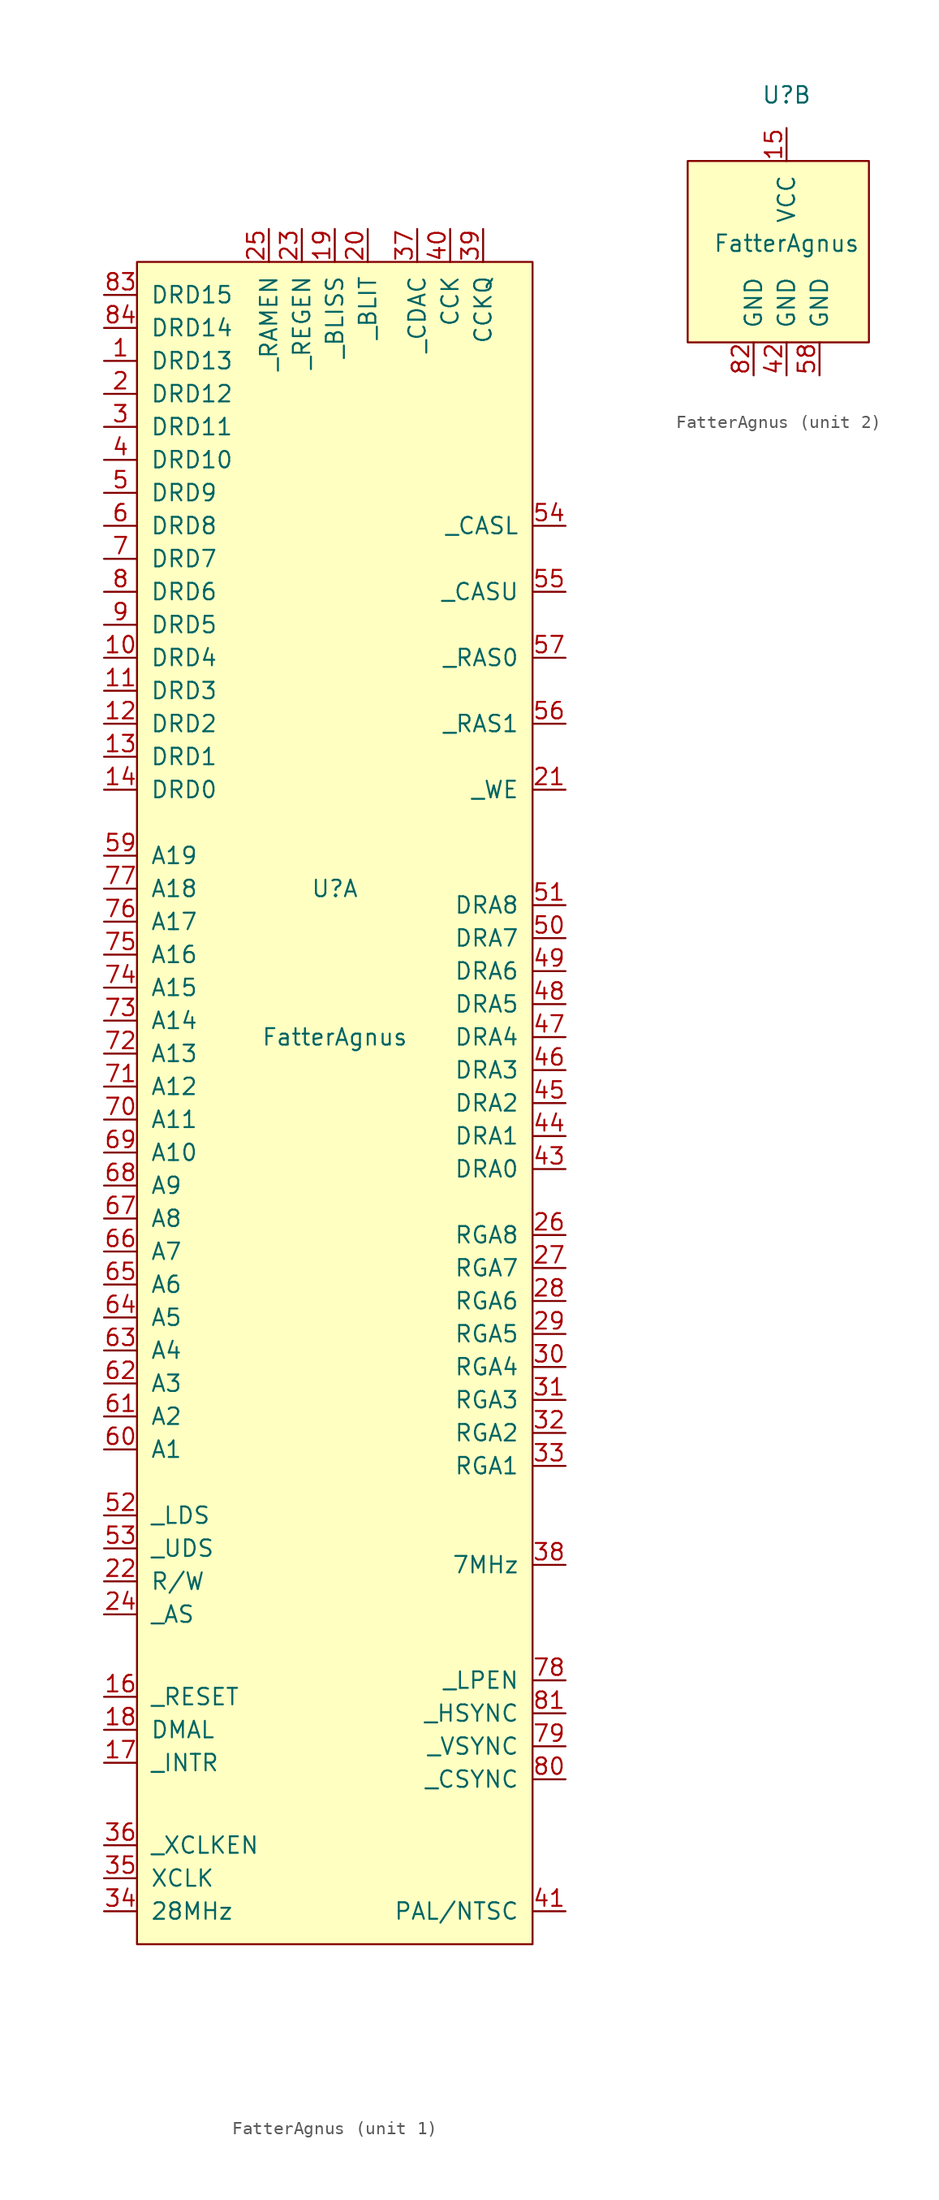
<source format=kicad_sym>
(kicad_symbol_lib
  (version 20220914)
  (generator kicad_symbol_editor)
  (symbol "FatterAgnus"
    (pin_names
      (offset 1.016))
    (property "Reference" "U"
      (at 0 11.43 0)
      (effects (font (size 1.27 1.27))))
    (property "Value" "FatterAgnus"
      (at 0 0 0)
      (effects (font (size 1.27 1.27))))
    (property "ki_locked" ""
      (at 0 0 0)
      (effects (font (size 1.27 1.27))))
    (symbol "FatterAgnus_1_1"
      (rectangle (start -15.24 59.69) (end 15.24 -69.85) (stroke (width 0) (type solid)) (fill (type background)))
      (pin bidirectional line (at -17.78 52.07 0) (length 2.54) (name "DRD13" (effects (font (size 1.27 1.27)))) (number "1" (effects (font (size 1.27 1.27)))))
      (pin bidirectional line (at -17.78 29.21 0) (length 2.54) (name "DRD4" (effects (font (size 1.27 1.27)))) (number "10" (effects (font (size 1.27 1.27)))))
      (pin bidirectional line (at -17.78 26.67 0) (length 2.54) (name "DRD3" (effects (font (size 1.27 1.27)))) (number "11" (effects (font (size 1.27 1.27)))))
      (pin bidirectional line (at -17.78 24.13 0) (length 2.54) (name "DRD2" (effects (font (size 1.27 1.27)))) (number "12" (effects (font (size 1.27 1.27)))))
      (pin bidirectional line (at -17.78 21.59 0) (length 2.54) (name "DRD1" (effects (font (size 1.27 1.27)))) (number "13" (effects (font (size 1.27 1.27)))))
      (pin bidirectional line (at -17.78 19.05 0) (length 2.54) (name "DRD0" (effects (font (size 1.27 1.27)))) (number "14" (effects (font (size 1.27 1.27)))))
      (pin input line (at -17.78 -50.8 0) (length 2.54) (name "_RESET" (effects (font (size 1.27 1.27)))) (number "16" (effects (font (size 1.27 1.27)))))
      (pin output line (at -17.78 -55.88 0) (length 2.54) (name "_INTR" (effects (font (size 1.27 1.27)))) (number "17" (effects (font (size 1.27 1.27)))))
      (pin input line (at -17.78 -53.34 0) (length 2.54) (name "DMAL" (effects (font (size 1.27 1.27)))) (number "18" (effects (font (size 1.27 1.27)))))
      (pin input line (at 0 62.23 270) (length 2.54) (name "_BLISS" (effects (font (size 1.27 1.27)))) (number "19" (effects (font (size 1.27 1.27)))))
      (pin bidirectional line (at -17.78 49.53 0) (length 2.54) (name "DRD12" (effects (font (size 1.27 1.27)))) (number "2" (effects (font (size 1.27 1.27)))))
      (pin output line (at 2.54 62.23 270) (length 2.54) (name "_BLIT" (effects (font (size 1.27 1.27)))) (number "20" (effects (font (size 1.27 1.27)))))
      (pin output line (at 17.78 19.05 180) (length 2.54) (name "_WE" (effects (font (size 1.27 1.27)))) (number "21" (effects (font (size 1.27 1.27)))))
      (pin input line (at -17.78 -41.91 0) (length 2.54) (name "R/W" (effects (font (size 1.27 1.27)))) (number "22" (effects (font (size 1.27 1.27)))))
      (pin input line (at -2.54 62.23 270) (length 2.54) (name "_REGEN" (effects (font (size 1.27 1.27)))) (number "23" (effects (font (size 1.27 1.27)))))
      (pin input line (at -17.78 -44.45 0) (length 2.54) (name "_AS" (effects (font (size 1.27 1.27)))) (number "24" (effects (font (size 1.27 1.27)))))
      (pin input line (at -5.08 62.23 270) (length 2.54) (name "_RAMEN" (effects (font (size 1.27 1.27)))) (number "25" (effects (font (size 1.27 1.27)))))
      (pin output line (at 17.78 -15.24 180) (length 2.54) (name "RGA8" (effects (font (size 1.27 1.27)))) (number "26" (effects (font (size 1.27 1.27)))))
      (pin output line (at 17.78 -17.78 180) (length 2.54) (name "RGA7" (effects (font (size 1.27 1.27)))) (number "27" (effects (font (size 1.27 1.27)))))
      (pin output line (at 17.78 -20.32 180) (length 2.54) (name "RGA6" (effects (font (size 1.27 1.27)))) (number "28" (effects (font (size 1.27 1.27)))))
      (pin output line (at 17.78 -22.86 180) (length 2.54) (name "RGA5" (effects (font (size 1.27 1.27)))) (number "29" (effects (font (size 1.27 1.27)))))
      (pin bidirectional line (at -17.78 46.99 0) (length 2.54) (name "DRD11" (effects (font (size 1.27 1.27)))) (number "3" (effects (font (size 1.27 1.27)))))
      (pin output line (at 17.78 -25.4 180) (length 2.54) (name "RGA4" (effects (font (size 1.27 1.27)))) (number "30" (effects (font (size 1.27 1.27)))))
      (pin output line (at 17.78 -27.94 180) (length 2.54) (name "RGA3" (effects (font (size 1.27 1.27)))) (number "31" (effects (font (size 1.27 1.27)))))
      (pin output line (at 17.78 -30.48 180) (length 2.54) (name "RGA2" (effects (font (size 1.27 1.27)))) (number "32" (effects (font (size 1.27 1.27)))))
      (pin output line (at 17.78 -33.02 180) (length 2.54) (name "RGA1" (effects (font (size 1.27 1.27)))) (number "33" (effects (font (size 1.27 1.27)))))
      (pin output line (at -17.78 -67.31 0) (length 2.54) (name "28MHz" (effects (font (size 1.27 1.27)))) (number "34" (effects (font (size 1.27 1.27)))))
      (pin input line (at -17.78 -64.77 0) (length 2.54) (name "XCLK" (effects (font (size 1.27 1.27)))) (number "35" (effects (font (size 1.27 1.27)))))
      (pin input line (at -17.78 -62.23 0) (length 2.54) (name "_XCLKEN" (effects (font (size 1.27 1.27)))) (number "36" (effects (font (size 1.27 1.27)))))
      (pin output line (at 6.35 62.23 270) (length 2.54) (name "_CDAC" (effects (font (size 1.27 1.27)))) (number "37" (effects (font (size 1.27 1.27)))))
      (pin output line (at 17.78 -40.64 180) (length 2.54) (name "7MHz" (effects (font (size 1.27 1.27)))) (number "38" (effects (font (size 1.27 1.27)))))
      (pin output line (at 11.43 62.23 270) (length 2.54) (name "CCKQ" (effects (font (size 1.27 1.27)))) (number "39" (effects (font (size 1.27 1.27)))))
      (pin bidirectional line (at -17.78 44.45 0) (length 2.54) (name "DRD10" (effects (font (size 1.27 1.27)))) (number "4" (effects (font (size 1.27 1.27)))))
      (pin output line (at 8.89 62.23 270) (length 2.54) (name "CCK" (effects (font (size 1.27 1.27)))) (number "40" (effects (font (size 1.27 1.27)))))
      (pin input line (at 17.78 -67.31 180) (length 2.54) (name "PAL/NTSC" (effects (font (size 1.27 1.27)))) (number "41" (effects (font (size 1.27 1.27)))))
      (pin output line (at 17.78 -10.16 180) (length 2.54) (name "DRA0" (effects (font (size 1.27 1.27)))) (number "43" (effects (font (size 1.27 1.27)))))
      (pin output line (at 17.78 -7.62 180) (length 2.54) (name "DRA1" (effects (font (size 1.27 1.27)))) (number "44" (effects (font (size 1.27 1.27)))))
      (pin output line (at 17.78 -5.08 180) (length 2.54) (name "DRA2" (effects (font (size 1.27 1.27)))) (number "45" (effects (font (size 1.27 1.27)))))
      (pin output line (at 17.78 -2.54 180) (length 2.54) (name "DRA3" (effects (font (size 1.27 1.27)))) (number "46" (effects (font (size 1.27 1.27)))))
      (pin output line (at 17.78 0 180) (length 2.54) (name "DRA4" (effects (font (size 1.27 1.27)))) (number "47" (effects (font (size 1.27 1.27)))))
      (pin output line (at 17.78 2.54 180) (length 2.54) (name "DRA5" (effects (font (size 1.27 1.27)))) (number "48" (effects (font (size 1.27 1.27)))))
      (pin output line (at 17.78 5.08 180) (length 2.54) (name "DRA6" (effects (font (size 1.27 1.27)))) (number "49" (effects (font (size 1.27 1.27)))))
      (pin bidirectional line (at -17.78 41.91 0) (length 2.54) (name "DRD9" (effects (font (size 1.27 1.27)))) (number "5" (effects (font (size 1.27 1.27)))))
      (pin output line (at 17.78 7.62 180) (length 2.54) (name "DRA7" (effects (font (size 1.27 1.27)))) (number "50" (effects (font (size 1.27 1.27)))))
      (pin output line (at 17.78 10.16 180) (length 2.54) (name "DRA8" (effects (font (size 1.27 1.27)))) (number "51" (effects (font (size 1.27 1.27)))))
      (pin input line (at -17.78 -36.83 0) (length 2.54) (name "_LDS" (effects (font (size 1.27 1.27)))) (number "52" (effects (font (size 1.27 1.27)))))
      (pin input line (at -17.78 -39.37 0) (length 2.54) (name "_UDS" (effects (font (size 1.27 1.27)))) (number "53" (effects (font (size 1.27 1.27)))))
      (pin output line (at 17.78 39.37 180) (length 2.54) (name "_CASL" (effects (font (size 1.27 1.27)))) (number "54" (effects (font (size 1.27 1.27)))))
      (pin output line (at 17.78 34.29 180) (length 2.54) (name "_CASU" (effects (font (size 1.27 1.27)))) (number "55" (effects (font (size 1.27 1.27)))))
      (pin output line (at 17.78 24.13 180) (length 2.54) (name "_RAS1" (effects (font (size 1.27 1.27)))) (number "56" (effects (font (size 1.27 1.27)))))
      (pin output line (at 17.78 29.21 180) (length 2.54) (name "_RAS0" (effects (font (size 1.27 1.27)))) (number "57" (effects (font (size 1.27 1.27)))))
      (pin input line (at -17.78 13.97 0) (length 2.54) (name "A19" (effects (font (size 1.27 1.27)))) (number "59" (effects (font (size 1.27 1.27)))))
      (pin bidirectional line (at -17.78 39.37 0) (length 2.54) (name "DRD8" (effects (font (size 1.27 1.27)))) (number "6" (effects (font (size 1.27 1.27)))))
      (pin input line (at -17.78 -31.75 0) (length 2.54) (name "A1" (effects (font (size 1.27 1.27)))) (number "60" (effects (font (size 1.27 1.27)))))
      (pin input line (at -17.78 -29.21 0) (length 2.54) (name "A2" (effects (font (size 1.27 1.27)))) (number "61" (effects (font (size 1.27 1.27)))))
      (pin input line (at -17.78 -26.67 0) (length 2.54) (name "A3" (effects (font (size 1.27 1.27)))) (number "62" (effects (font (size 1.27 1.27)))))
      (pin input line (at -17.78 -24.13 0) (length 2.54) (name "A4" (effects (font (size 1.27 1.27)))) (number "63" (effects (font (size 1.27 1.27)))))
      (pin input line (at -17.78 -21.59 0) (length 2.54) (name "A5" (effects (font (size 1.27 1.27)))) (number "64" (effects (font (size 1.27 1.27)))))
      (pin input line (at -17.78 -19.05 0) (length 2.54) (name "A6" (effects (font (size 1.27 1.27)))) (number "65" (effects (font (size 1.27 1.27)))))
      (pin input line (at -17.78 -16.51 0) (length 2.54) (name "A7" (effects (font (size 1.27 1.27)))) (number "66" (effects (font (size 1.27 1.27)))))
      (pin input line (at -17.78 -13.97 0) (length 2.54) (name "A8" (effects (font (size 1.27 1.27)))) (number "67" (effects (font (size 1.27 1.27)))))
      (pin input line (at -17.78 -11.43 0) (length 2.54) (name "A9" (effects (font (size 1.27 1.27)))) (number "68" (effects (font (size 1.27 1.27)))))
      (pin input line (at -17.78 -8.89 0) (length 2.54) (name "A10" (effects (font (size 1.27 1.27)))) (number "69" (effects (font (size 1.27 1.27)))))
      (pin bidirectional line (at -17.78 36.83 0) (length 2.54) (name "DRD7" (effects (font (size 1.27 1.27)))) (number "7" (effects (font (size 1.27 1.27)))))
      (pin input line (at -17.78 -6.35 0) (length 2.54) (name "A11" (effects (font (size 1.27 1.27)))) (number "70" (effects (font (size 1.27 1.27)))))
      (pin input line (at -17.78 -3.81 0) (length 2.54) (name "A12" (effects (font (size 1.27 1.27)))) (number "71" (effects (font (size 1.27 1.27)))))
      (pin input line (at -17.78 -1.27 0) (length 2.54) (name "A13" (effects (font (size 1.27 1.27)))) (number "72" (effects (font (size 1.27 1.27)))))
      (pin input line (at -17.78 1.27 0) (length 2.54) (name "A14" (effects (font (size 1.27 1.27)))) (number "73" (effects (font (size 1.27 1.27)))))
      (pin input line (at -17.78 3.81 0) (length 2.54) (name "A15" (effects (font (size 1.27 1.27)))) (number "74" (effects (font (size 1.27 1.27)))))
      (pin input line (at -17.78 6.35 0) (length 2.54) (name "A16" (effects (font (size 1.27 1.27)))) (number "75" (effects (font (size 1.27 1.27)))))
      (pin input line (at -17.78 8.89 0) (length 2.54) (name "A17" (effects (font (size 1.27 1.27)))) (number "76" (effects (font (size 1.27 1.27)))))
      (pin input line (at -17.78 11.43 0) (length 2.54) (name "A18" (effects (font (size 1.27 1.27)))) (number "77" (effects (font (size 1.27 1.27)))))
      (pin input line (at 17.78 -49.53 180) (length 2.54) (name "_LPEN" (effects (font (size 1.27 1.27)))) (number "78" (effects (font (size 1.27 1.27)))))
      (pin bidirectional line (at 17.78 -54.61 180) (length 2.54) (name "_VSYNC" (effects (font (size 1.27 1.27)))) (number "79" (effects (font (size 1.27 1.27)))))
      (pin bidirectional line (at -17.78 34.29 0) (length 2.54) (name "DRD6" (effects (font (size 1.27 1.27)))) (number "8" (effects (font (size 1.27 1.27)))))
      (pin output line (at 17.78 -57.15 180) (length 2.54) (name "_CSYNC" (effects (font (size 1.27 1.27)))) (number "80" (effects (font (size 1.27 1.27)))))
      (pin bidirectional line (at 17.78 -52.07 180) (length 2.54) (name "_HSYNC" (effects (font (size 1.27 1.27)))) (number "81" (effects (font (size 1.27 1.27)))))
      (pin bidirectional line (at -17.78 57.15 0) (length 2.54) (name "DRD15" (effects (font (size 1.27 1.27)))) (number "83" (effects (font (size 1.27 1.27)))))
      (pin bidirectional line (at -17.78 54.61 0) (length 2.54) (name "DRD14" (effects (font (size 1.27 1.27)))) (number "84" (effects (font (size 1.27 1.27)))))
      (pin bidirectional line (at -17.78 31.75 0) (length 2.54) (name "DRD5" (effects (font (size 1.27 1.27)))) (number "9" (effects (font (size 1.27 1.27))))))
    (symbol "FatterAgnus_2_1"
      (rectangle (start -7.62 6.35) (end 6.35 -7.62) (stroke (width 0) (type solid)) (fill (type background)))
      (pin power_in line (at 0 8.89 270) (length 2.54) (name "VCC" (effects (font (size 1.27 1.27)))) (number "15" (effects (font (size 1.27 1.27)))))
      (pin power_in line (at 0 -10.16 90) (length 2.54) (name "GND" (effects (font (size 1.27 1.27)))) (number "42" (effects (font (size 1.27 1.27)))))
      (pin power_in line (at 2.54 -10.16 90) (length 2.54) (name "GND" (effects (font (size 1.27 1.27)))) (number "58" (effects (font (size 1.27 1.27)))))
      (pin power_in line (at -2.54 -10.16 90) (length 2.54) (name "GND" (effects (font (size 1.27 1.27)))) (number "82" (effects (font (size 1.27 1.27))))))))
</source>
